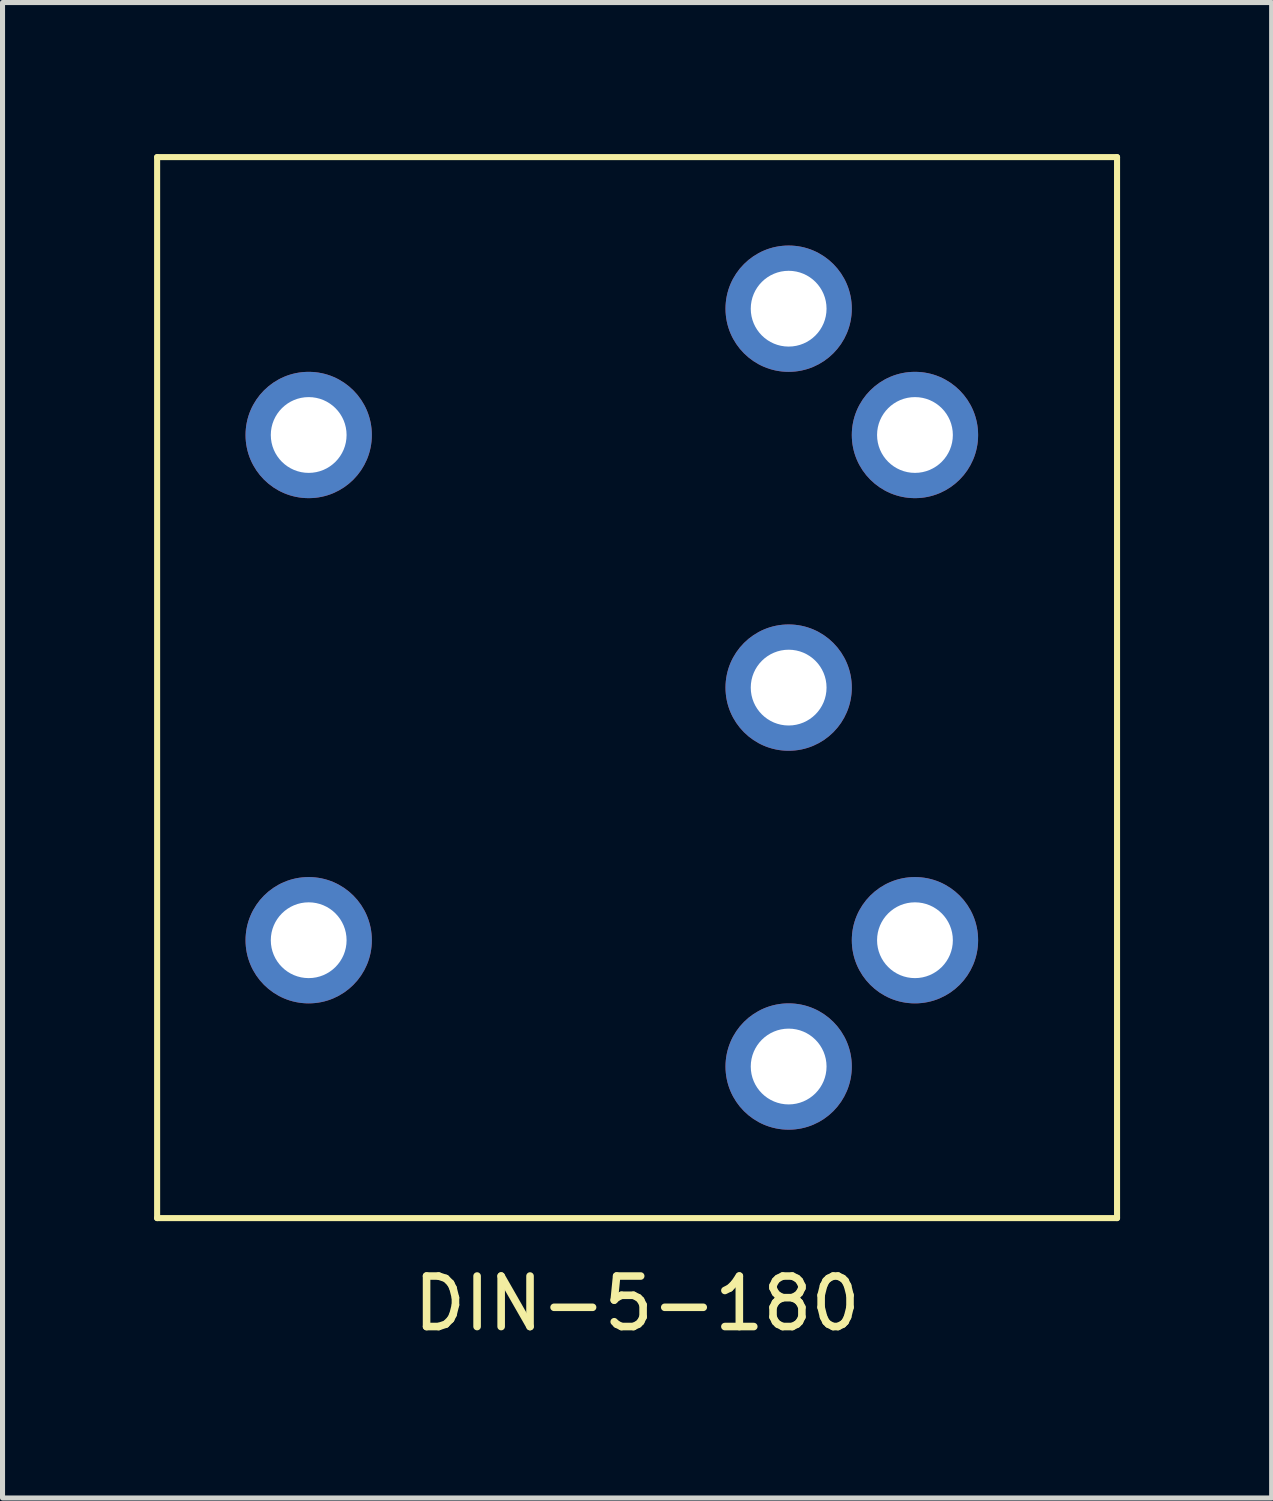
<source format=kicad_pcb>
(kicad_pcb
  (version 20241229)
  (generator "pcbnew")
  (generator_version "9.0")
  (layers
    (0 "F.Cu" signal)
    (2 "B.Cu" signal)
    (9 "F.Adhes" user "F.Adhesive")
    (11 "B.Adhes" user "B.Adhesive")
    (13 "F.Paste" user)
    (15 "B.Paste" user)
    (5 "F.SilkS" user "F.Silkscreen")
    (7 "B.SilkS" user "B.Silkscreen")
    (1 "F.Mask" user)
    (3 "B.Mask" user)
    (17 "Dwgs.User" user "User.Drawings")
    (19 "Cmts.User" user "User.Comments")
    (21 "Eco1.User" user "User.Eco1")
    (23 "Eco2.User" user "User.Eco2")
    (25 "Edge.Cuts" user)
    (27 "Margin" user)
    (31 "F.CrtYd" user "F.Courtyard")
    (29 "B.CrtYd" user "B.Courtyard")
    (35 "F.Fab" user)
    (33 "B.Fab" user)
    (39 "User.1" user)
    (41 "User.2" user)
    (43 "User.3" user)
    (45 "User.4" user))
  (footprint "DIN-5-180"
    (layer "F.Cu")
    (at 9.56 10.56)
    (property "Reference" "DIN-5-180" (at 0 12.192 0) (layer "F.SilkS") (effects (font (size 1 1) (thickness 0.15))))
    (attr through_hole)
    (fp_line (start -9.5 -10.5) (end -9.5 10.5) (stroke (width 0.12) (type solid)) (layer "F.SilkS"))
    (fp_line (start -9.5 -10.5) (end 9.5 -10.5) (stroke (width 0.12) (type solid)) (layer "F.SilkS"))
    (fp_line (start -9.5 10.5) (end 9.5 10.5) (stroke (width 0.12) (type solid)) (layer "F.SilkS"))
    (fp_line (start 9.5 10.5) (end 9.5 -10.5) (stroke (width 0.12) (type solid)) (layer "F.SilkS"))
    (pad "" thru_hole circle (at -6.5 -5) (size 2.5 2.5) (drill 1.5) (layers "*.Cu" "*.Mask"))
    (pad "" thru_hole circle (at -6.5 5) (size 2.5 2.5) (drill 1.5) (layers "*.Cu" "*.Mask"))
    (pad "1" thru_hole circle (at 3 7.5) (size 2.5 2.5) (drill 1.5) (layers "*.Cu" "*.Mask"))
    (pad "2" thru_hole circle (at 3 0) (size 2.5 2.5) (drill 1.5) (layers "*.Cu" "*.Mask"))
    (pad "3" thru_hole circle (at 3 -7.5) (size 2.5 2.5) (drill 1.5) (layers "*.Cu" "*.Mask"))
    (pad "4" thru_hole circle (at 5.5 5) (size 2.5 2.5) (drill 1.5) (layers "*.Cu" "*.Mask"))
    (pad "5" thru_hole circle (at 5.5 -5) (size 2.5 2.5) (drill 1.5) (layers "*.Cu" "*.Mask")))
  (gr_rect
    (start -3 -3)
    (end 22.12 26.6)
    (stroke (width 0.1) (type default))
    (fill no)
    (layer "Edge.Cuts")))
</source>
